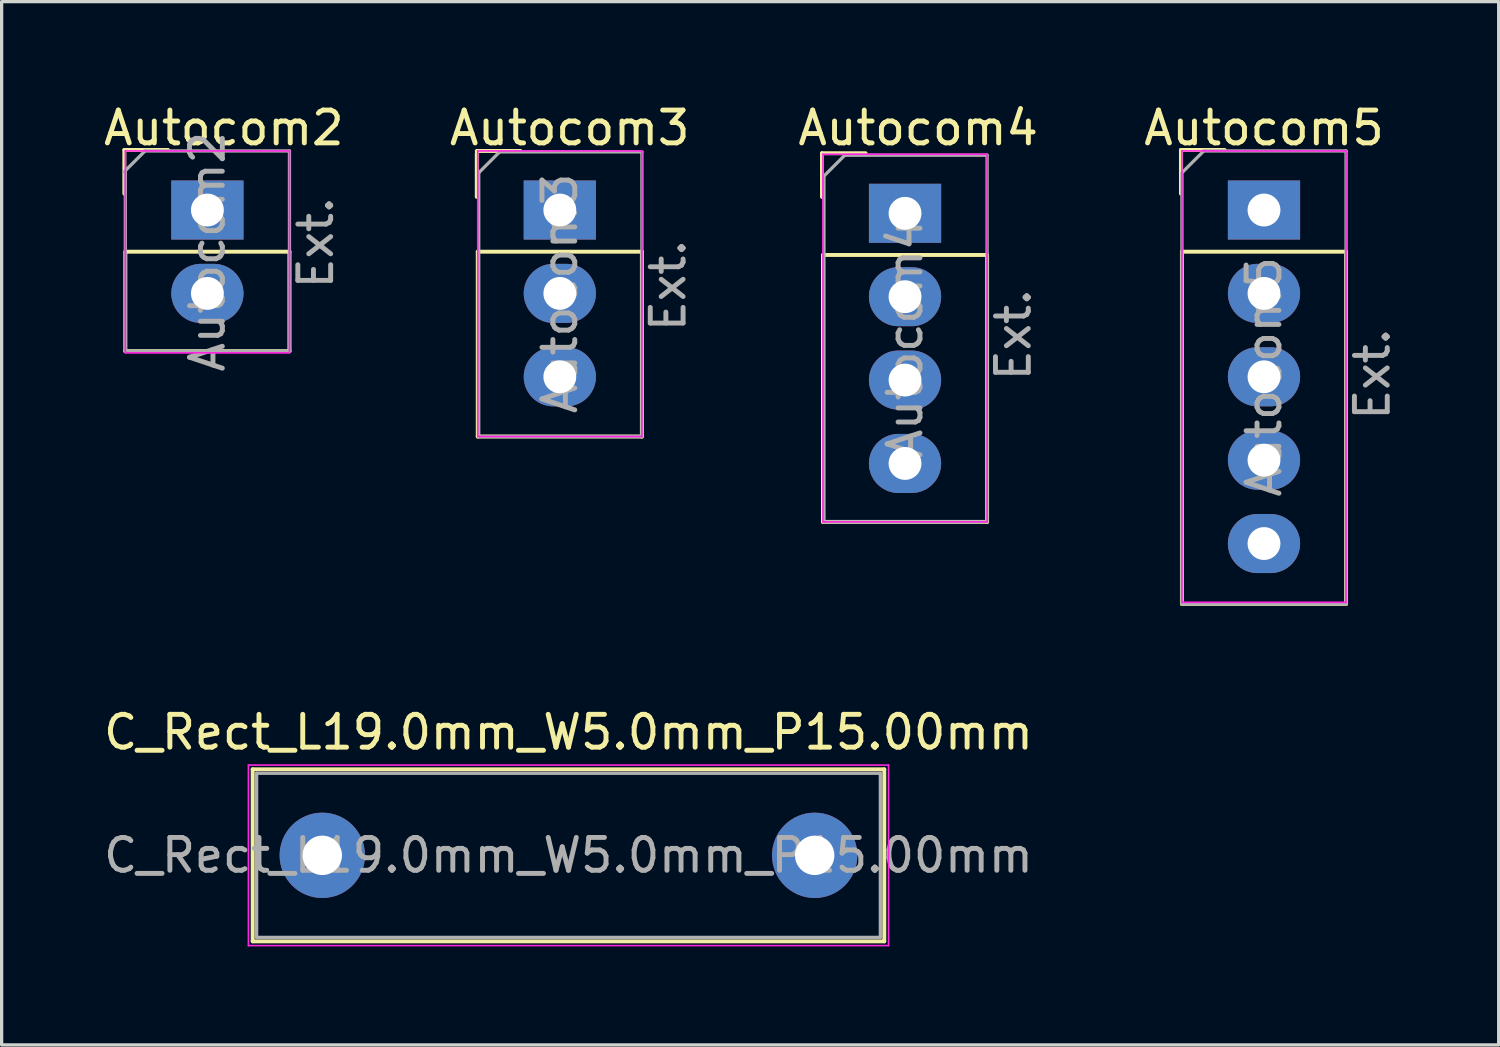
<source format=kicad_pcb>
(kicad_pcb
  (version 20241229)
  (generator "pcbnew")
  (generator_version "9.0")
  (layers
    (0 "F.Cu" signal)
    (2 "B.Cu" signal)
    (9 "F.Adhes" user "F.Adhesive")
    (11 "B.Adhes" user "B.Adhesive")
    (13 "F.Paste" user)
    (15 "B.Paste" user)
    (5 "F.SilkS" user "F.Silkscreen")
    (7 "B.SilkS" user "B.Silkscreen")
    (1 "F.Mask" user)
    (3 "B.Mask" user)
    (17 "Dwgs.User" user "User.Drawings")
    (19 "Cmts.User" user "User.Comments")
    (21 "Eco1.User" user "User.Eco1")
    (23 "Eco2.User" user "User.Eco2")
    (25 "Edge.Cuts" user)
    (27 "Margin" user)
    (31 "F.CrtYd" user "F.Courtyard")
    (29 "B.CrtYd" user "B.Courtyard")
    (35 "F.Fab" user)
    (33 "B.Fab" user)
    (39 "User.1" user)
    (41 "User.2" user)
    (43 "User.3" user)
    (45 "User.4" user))
  (footprint "Autocom2"
    (layer "F.Cu")
    (at 3.268 3.348)
    (property "Reference" "Autocom2" (at 0.5 -2.5 0) (layer "F.SilkS") (effects (font (size 1 1) (thickness 0.15))))
    (attr through_hole)
    (fp_line (start -2.53 -1.83) (end -1.2 -1.83) (stroke (width 0.12) (type solid)) (layer "F.SilkS"))
    (fp_line (start -2.53 -0.5) (end -2.53 -1.83) (stroke (width 0.12) (type solid)) (layer "F.SilkS"))
    (fp_line (start -2.5 1.27) (end 2.5 1.27) (stroke (width 0.12) (type solid)) (layer "F.SilkS"))
    (fp_line (start -2.5 1.3) (end -2.5 4.3) (stroke (width 0.12) (type solid)) (layer "F.SilkS"))
    (fp_line (start -2.5 4.3) (end 2.5 4.3) (stroke (width 0.12) (type solid)) (layer "F.SilkS"))
    (fp_line (start 2.5 1.27) (end 2.5 4.3) (stroke (width 0.12) (type solid)) (layer "F.SilkS"))
    (fp_line (start -2.5 -1.8) (end -2.5 4.35) (stroke (width 0.05) (type solid)) (layer "F.CrtYd"))
    (fp_line (start -2.5 4.35) (end 2.5 4.35) (stroke (width 0.05) (type solid)) (layer "F.CrtYd"))
    (fp_line (start 2.5 -1.8) (end -2.5 -1.8) (stroke (width 0.05) (type solid)) (layer "F.CrtYd"))
    (fp_line (start 2.5 4.35) (end 2.5 -1.8) (stroke (width 0.05) (type solid)) (layer "F.CrtYd"))
    (fp_line (start -2.535 -1.165) (end -1.9 -1.8) (stroke (width 0.1) (type solid)) (layer "F.Fab"))
    (fp_line (start -2.5 4.3) (end -2.5 -1.165) (stroke (width 0.1) (type solid)) (layer "F.Fab"))
    (fp_line (start -1.905 -1.8) (end 2.5 -1.8) (stroke (width 0.1) (type solid)) (layer "F.Fab"))
    (fp_line (start 2.5 -1.8) (end 2.5 4.3) (stroke (width 0.1) (type solid)) (layer "F.Fab"))
    (fp_line (start 2.5 4.3) (end -2.5 4.3) (stroke (width 0.1) (type solid)) (layer "F.Fab"))
    (fp_text user "${REFERENCE}" (at 0 1.27 90) (layer "F.Fab") (effects (font (size 1 1) (thickness 0.15))))
    (fp_text user "Ext." (at 3.3 1 90) (layer "F.Fab") (effects (font (size 1 1) (thickness 0.15))))
    (pad "1" thru_hole rect (at 0 0) (size 2.2 1.8) (drill 1) (layers "*.Cu" "*.Mask"))
    (pad "2" thru_hole oval (at 0 2.54) (size 2.2 1.8) (drill 1) (layers "*.Cu" "*.Mask")))
  (footprint "Autocom4"
    (layer "F.Cu")
    (at 24.52 3.448)
    (property "Reference" "Autocom4" (at 0.4 -2.6 0) (layer "F.SilkS") (effects (font (size 1 1) (thickness 0.15))))
    (attr through_hole)
    (fp_line (start -2.53 -1.83) (end -1.2 -1.83) (stroke (width 0.12) (type solid)) (layer "F.SilkS"))
    (fp_line (start -2.53 -0.5) (end -2.53 -1.83) (stroke (width 0.12) (type solid)) (layer "F.SilkS"))
    (fp_line (start -2.5 1.27) (end -2.5 9.4) (stroke (width 0.12) (type solid)) (layer "F.SilkS"))
    (fp_line (start -2.5 1.27) (end 2.5 1.27) (stroke (width 0.12) (type solid)) (layer "F.SilkS"))
    (fp_line (start -2.5 9.4) (end 2.5 9.4) (stroke (width 0.12) (type solid)) (layer "F.SilkS"))
    (fp_line (start 2.5 1.3) (end 2.5 9.4) (stroke (width 0.12) (type solid)) (layer "F.SilkS"))
    (fp_line (start -2.5 -1.8) (end -2.5 9.4) (stroke (width 0.05) (type solid)) (layer "F.CrtYd"))
    (fp_line (start -2.5 9.4) (end 2.5 9.4) (stroke (width 0.05) (type solid)) (layer "F.CrtYd"))
    (fp_line (start 2.5 -1.8) (end -2.5 -1.8) (stroke (width 0.05) (type solid)) (layer "F.CrtYd"))
    (fp_line (start 2.5 9.4) (end 2.5 -1.8) (stroke (width 0.05) (type solid)) (layer "F.CrtYd"))
    (fp_line (start -2.47 -1.135) (end -1.835 -1.77) (stroke (width 0.1) (type solid)) (layer "F.Fab"))
    (fp_line (start -2.47 9.4) (end -2.47 -1.135) (stroke (width 0.1) (type solid)) (layer "F.Fab"))
    (fp_line (start -1.835 -1.77) (end 2.5 -1.77) (stroke (width 0.1) (type solid)) (layer "F.Fab"))
    (fp_line (start 2.47 9.4) (end -2.47 9.4) (stroke (width 0.1) (type solid)) (layer "F.Fab"))
    (fp_line (start 2.5 -1.77) (end 2.5 9.39) (stroke (width 0.1) (type solid)) (layer "F.Fab"))
    (fp_text user "Ext." (at 3.3 3.7 90) (layer "F.Fab") (effects (font (size 1 1) (thickness 0.15))))
    (fp_text user "${REFERENCE}" (at 0 3.81 90) (layer "F.Fab") (effects (font (size 1 1) (thickness 0.15))))
    (pad "1" thru_hole rect (at 0 0) (size 2.2 1.8) (drill 1) (layers "*.Cu" "*.Mask"))
    (pad "2" thru_hole oval (at 0 2.54) (size 2.2 1.8) (drill 1) (layers "*.Cu" "*.Mask"))
    (pad "3" thru_hole oval (at 0 5.08) (size 2.2 1.8) (drill 1) (layers "*.Cu" "*.Mask"))
    (pad "4" thru_hole oval (at 0 7.62) (size 2.2 1.8) (drill 1) (layers "*.Cu" "*.Mask")))
  (footprint "Autocom3"
    (layer "F.Cu")
    (at 14.004 3.348)
    (property "Reference" "Autocom3" (at 0.3 -2.5 0) (layer "F.SilkS") (effects (font (size 1 1) (thickness 0.15))))
    (attr through_hole)
    (fp_line (start -2.53 -1.8) (end -1.2 -1.8) (stroke (width 0.12) (type solid)) (layer "F.SilkS"))
    (fp_line (start -2.53 -0.4) (end -2.53 -1.73) (stroke (width 0.12) (type solid)) (layer "F.SilkS"))
    (fp_line (start -2.5 1.27) (end -2.5 6.9) (stroke (width 0.12) (type solid)) (layer "F.SilkS"))
    (fp_line (start -2.5 1.27) (end 2.5 1.27) (stroke (width 0.12) (type solid)) (layer "F.SilkS"))
    (fp_line (start -2.5 6.9) (end 2.5 6.9) (stroke (width 0.12) (type solid)) (layer "F.SilkS"))
    (fp_line (start 2.5 1.27) (end 2.5 6.9) (stroke (width 0.12) (type solid)) (layer "F.SilkS"))
    (fp_line (start -2.5 -1.8) (end -2.5 6.9) (stroke (width 0.05) (type solid)) (layer "F.CrtYd"))
    (fp_line (start -2.5 6.9) (end 2.5 6.9) (stroke (width 0.05) (type solid)) (layer "F.CrtYd"))
    (fp_line (start 2.5 -1.8) (end -2.5 -1.8) (stroke (width 0.05) (type solid)) (layer "F.CrtYd"))
    (fp_line (start 2.5 6.9) (end 2.5 -1.8) (stroke (width 0.05) (type solid)) (layer "F.CrtYd"))
    (fp_line (start -2.47 -1.135) (end -1.835 -1.77) (stroke (width 0.1) (type solid)) (layer "F.Fab"))
    (fp_line (start -2.47 6.9) (end -2.47 -1.135) (stroke (width 0.1) (type solid)) (layer "F.Fab"))
    (fp_line (start -1.835 -1.77) (end 2.5 -1.77) (stroke (width 0.1) (type solid)) (layer "F.Fab"))
    (fp_line (start 2.5 -1.77) (end 2.5 6.9) (stroke (width 0.1) (type solid)) (layer "F.Fab"))
    (fp_line (start 2.5 6.9) (end -2.47 6.9) (stroke (width 0.1) (type solid)) (layer "F.Fab"))
    (fp_text user "Ext." (at 3.3 2.3 90) (layer "F.Fab") (effects (font (size 1 1) (thickness 0.15))))
    (fp_text user "${REFERENCE}" (at 0 2.54 90) (layer "F.Fab") (effects (font (size 1 1) (thickness 0.15))))
    (pad "1" thru_hole rect (at 0 0) (size 2.2 1.8) (drill 1) (layers "*.Cu" "*.Mask"))
    (pad "2" thru_hole oval (at 0 2.54) (size 2.2 1.8) (drill 1) (layers "*.Cu" "*.Mask"))
    (pad "3" thru_hole oval (at 0 5.08) (size 2.2 1.8) (drill 1) (layers "*.Cu" "*.Mask")))
  (footprint "C_Rect_L19.0mm_W5.0mm_P15.00mm"
    (layer "F.Cu")
    (at 6.768 23.006)
    (property "Reference" "C_Rect_L19.0mm_W5.0mm_P15.00mm" (at 7.5 -3.75 0) (layer "F.SilkS") (effects (font (size 1 1) (thickness 0.15))))
    (attr through_hole)
    (fp_line (start -2.12 -2.62) (end -2.12 2.62) (stroke (width 0.12) (type solid)) (layer "F.SilkS"))
    (fp_line (start -2.12 -2.62) (end 17.12 -2.62) (stroke (width 0.12) (type solid)) (layer "F.SilkS"))
    (fp_line (start -2.12 2.62) (end 17.12 2.62) (stroke (width 0.12) (type solid)) (layer "F.SilkS"))
    (fp_line (start 17.12 -2.62) (end 17.12 2.62) (stroke (width 0.12) (type solid)) (layer "F.SilkS"))
    (fp_line (start -2.25 -2.75) (end -2.25 2.75) (stroke (width 0.05) (type solid)) (layer "F.CrtYd"))
    (fp_line (start -2.25 2.75) (end 17.25 2.75) (stroke (width 0.05) (type solid)) (layer "F.CrtYd"))
    (fp_line (start 17.25 -2.75) (end -2.25 -2.75) (stroke (width 0.05) (type solid)) (layer "F.CrtYd"))
    (fp_line (start 17.25 2.75) (end 17.25 -2.75) (stroke (width 0.05) (type solid)) (layer "F.CrtYd"))
    (fp_line (start -2 -2.5) (end -2 2.5) (stroke (width 0.1) (type solid)) (layer "F.Fab"))
    (fp_line (start -2 2.5) (end 17 2.5) (stroke (width 0.1) (type solid)) (layer "F.Fab"))
    (fp_line (start 17 -2.5) (end -2 -2.5) (stroke (width 0.1) (type solid)) (layer "F.Fab"))
    (fp_line (start 17 2.5) (end 17 -2.5) (stroke (width 0.1) (type solid)) (layer "F.Fab"))
    (fp_text user "${REFERENCE}" (at 7.5 0 0) (layer "F.Fab") (effects (font (size 1 1) (thickness 0.15))))
    (pad "1" thru_hole circle (at 0 0) (size 2.6 2.6) (drill 1.2) (layers "*.Cu" "*.Mask"))
    (pad "2" thru_hole circle (at 15 0) (size 2.6 2.6) (drill 1.2) (layers "*.Cu" "*.Mask")))
  (footprint "Autocom5"
    (layer "F.Cu")
    (at 35.455 3.348)
    (property "Reference" "Autocom5" (at 0 -2.5 0) (layer "F.SilkS") (effects (font (size 1 1) (thickness 0.15))))
    (attr through_hole)
    (fp_line (start -2.53 -1.83) (end -1.2 -1.83) (stroke (width 0.12) (type solid)) (layer "F.SilkS"))
    (fp_line (start -2.53 -0.5) (end -2.53 -1.83) (stroke (width 0.12) (type solid)) (layer "F.SilkS"))
    (fp_line (start -2.5 1.27) (end -2.5 12) (stroke (width 0.12) (type solid)) (layer "F.SilkS"))
    (fp_line (start -2.5 1.27) (end 2.5 1.27) (stroke (width 0.12) (type solid)) (layer "F.SilkS"))
    (fp_line (start -2.5 12) (end 2.5 12) (stroke (width 0.12) (type solid)) (layer "F.SilkS"))
    (fp_line (start 2.5 1.27) (end 2.5 12) (stroke (width 0.12) (type solid)) (layer "F.SilkS"))
    (fp_line (start -2.5 -1.8) (end -2.5 11.95) (stroke (width 0.05) (type solid)) (layer "F.CrtYd"))
    (fp_line (start -2.5 11.95) (end 2.5 11.95) (stroke (width 0.05) (type solid)) (layer "F.CrtYd"))
    (fp_line (start 2.5 -1.8) (end -2.5 -1.8) (stroke (width 0.05) (type solid)) (layer "F.CrtYd"))
    (fp_line (start 2.5 11.95) (end 2.5 -1.8) (stroke (width 0.05) (type solid)) (layer "F.CrtYd"))
    (fp_line (start -2.5 12) (end -2.5 -1.135) (stroke (width 0.1) (type solid)) (layer "F.Fab"))
    (fp_line (start -2.47 -1.165) (end -1.835 -1.8) (stroke (width 0.1) (type solid)) (layer "F.Fab"))
    (fp_line (start -1.835 -1.8) (end 2.5 -1.8) (stroke (width 0.1) (type solid)) (layer "F.Fab"))
    (fp_line (start 2.5 -1.8) (end 2.5 12) (stroke (width 0.1) (type solid)) (layer "F.Fab"))
    (fp_line (start 2.5 12) (end -2.5 12) (stroke (width 0.1) (type solid)) (layer "F.Fab"))
    (fp_text user "${REFERENCE}" (at 0 5.08 90) (layer "F.Fab") (effects (font (size 1 1) (thickness 0.15))))
    (fp_text user "Ext." (at 3.3 5 90) (layer "F.Fab") (effects (font (size 1 1) (thickness 0.15))))
    (pad "1" thru_hole rect (at 0 0) (size 2.2 1.8) (drill 1) (layers "*.Cu" "*.Mask"))
    (pad "2" thru_hole oval (at 0 2.54) (size 2.2 1.8) (drill 1) (layers "*.Cu" "*.Mask"))
    (pad "3" thru_hole oval (at 0 5.08) (size 2.2 1.8) (drill 1) (layers "*.Cu" "*.Mask"))
    (pad "4" thru_hole oval (at 0 7.62) (size 2.2 1.8) (drill 1) (layers "*.Cu" "*.Mask"))
    (pad "5" thru_hole oval (at 0 10.16) (size 2.2 1.8) (drill 1) (layers "*.Cu" "*.Mask")))
  (gr_rect
    (start -3 -3)
    (end 42.604 28.782)
    (stroke (width 0.1) (type default))
    (fill no)
    (layer "Edge.Cuts")))
</source>
